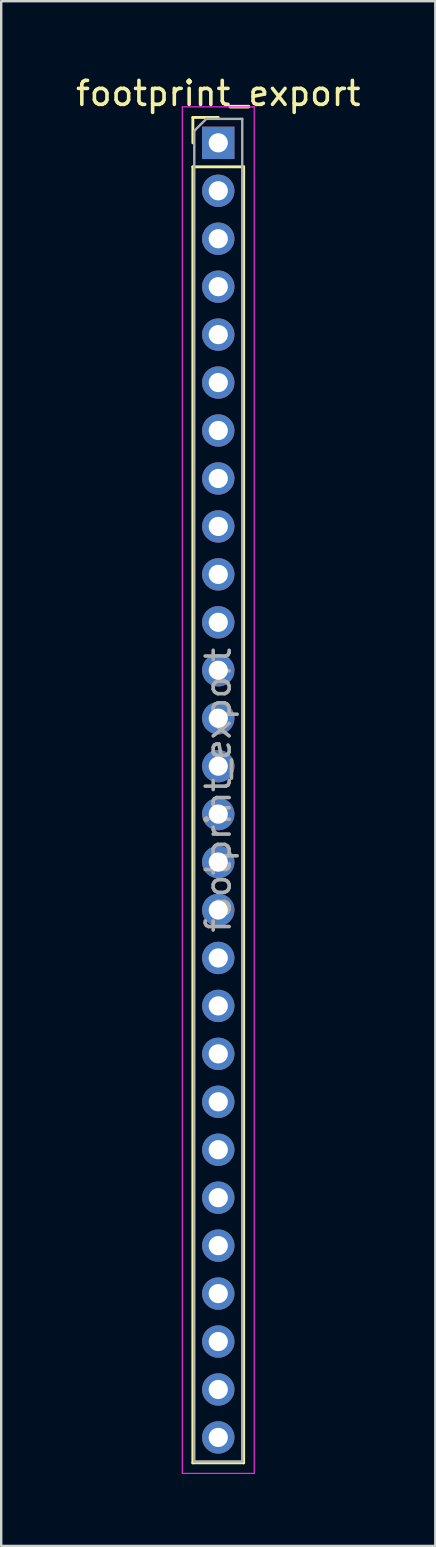
<source format=kicad_pcb>
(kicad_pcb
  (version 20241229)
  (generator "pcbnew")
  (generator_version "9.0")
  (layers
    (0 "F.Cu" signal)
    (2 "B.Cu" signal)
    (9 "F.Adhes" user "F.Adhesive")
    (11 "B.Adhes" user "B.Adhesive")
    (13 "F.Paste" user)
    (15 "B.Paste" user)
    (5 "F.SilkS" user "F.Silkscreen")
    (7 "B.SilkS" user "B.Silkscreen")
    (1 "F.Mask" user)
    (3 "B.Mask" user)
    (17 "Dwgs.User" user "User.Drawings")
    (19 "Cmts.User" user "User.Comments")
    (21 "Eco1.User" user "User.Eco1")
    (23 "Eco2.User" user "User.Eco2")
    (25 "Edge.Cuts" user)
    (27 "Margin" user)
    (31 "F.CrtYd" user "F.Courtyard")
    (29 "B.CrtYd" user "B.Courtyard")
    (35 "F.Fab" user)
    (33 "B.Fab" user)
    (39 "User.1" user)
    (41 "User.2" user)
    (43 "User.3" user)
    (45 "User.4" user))
  (footprint "footprint_export"
    (layer "F.Cu")
    (at 6.054 2.908)
    (property "Reference" "footprint_export" (at 0 -2.06 0) (layer "F.SilkS") (effects (font (size 1 1) (thickness 0.15))))
    (attr through_hole)
    (fp_line (start -1.06 -1.06) (end 0 -1.06) (stroke (width 0.12) (type solid)) (layer "F.SilkS"))
    (fp_line (start -1.06 0) (end -1.06 -1.06) (stroke (width 0.12) (type solid)) (layer "F.SilkS"))
    (fp_line (start -1.06 1) (end -1.06 55.06) (stroke (width 0.12) (type solid)) (layer "F.SilkS"))
    (fp_line (start -1.06 1) (end 1.06 1) (stroke (width 0.12) (type solid)) (layer "F.SilkS"))
    (fp_line (start -1.06 55.06) (end 1.06 55.06) (stroke (width 0.12) (type solid)) (layer "F.SilkS"))
    (fp_line (start 1.06 1) (end 1.06 55.06) (stroke (width 0.12) (type solid)) (layer "F.SilkS"))
    (fp_line (start -1.5 -1.5) (end -1.5 55.5) (stroke (width 0.05) (type solid)) (layer "F.CrtYd"))
    (fp_line (start -1.5 55.5) (end 1.5 55.5) (stroke (width 0.05) (type solid)) (layer "F.CrtYd"))
    (fp_line (start 1.5 -1.5) (end -1.5 -1.5) (stroke (width 0.05) (type solid)) (layer "F.CrtYd"))
    (fp_line (start 1.5 55.5) (end 1.5 -1.5) (stroke (width 0.05) (type solid)) (layer "F.CrtYd"))
    (fp_line (start -1 -0.5) (end -0.5 -1) (stroke (width 0.1) (type solid)) (layer "F.Fab"))
    (fp_line (start -1 55) (end -1 -0.5) (stroke (width 0.1) (type solid)) (layer "F.Fab"))
    (fp_line (start -0.5 -1) (end 1 -1) (stroke (width 0.1) (type solid)) (layer "F.Fab"))
    (fp_line (start 1 -1) (end 1 55) (stroke (width 0.1) (type solid)) (layer "F.Fab"))
    (fp_line (start 1 55) (end -1 55) (stroke (width 0.1) (type solid)) (layer "F.Fab"))
    (fp_text user "${REFERENCE}" (at 0 27 90) (layer "F.Fab") (effects (font (size 1 1) (thickness 0.15))))
    (pad "1" thru_hole rect (at 0 0) (size 1.35 1.35) (drill 0.8) (layers "*.Cu" "*.Mask"))
    (pad "2" thru_hole oval (at 0 2) (size 1.35 1.35) (drill 0.8) (layers "*.Cu" "*.Mask"))
    (pad "3" thru_hole oval (at 0 4) (size 1.35 1.35) (drill 0.8) (layers "*.Cu" "*.Mask"))
    (pad "4" thru_hole oval (at 0 6) (size 1.35 1.35) (drill 0.8) (layers "*.Cu" "*.Mask"))
    (pad "5" thru_hole oval (at 0 8) (size 1.35 1.35) (drill 0.8) (layers "*.Cu" "*.Mask"))
    (pad "6" thru_hole oval (at 0 10) (size 1.35 1.35) (drill 0.8) (layers "*.Cu" "*.Mask"))
    (pad "7" thru_hole oval (at 0 12) (size 1.35 1.35) (drill 0.8) (layers "*.Cu" "*.Mask"))
    (pad "8" thru_hole oval (at 0 14) (size 1.35 1.35) (drill 0.8) (layers "*.Cu" "*.Mask"))
    (pad "9" thru_hole oval (at 0 16) (size 1.35 1.35) (drill 0.8) (layers "*.Cu" "*.Mask"))
    (pad "10" thru_hole oval (at 0 18) (size 1.35 1.35) (drill 0.8) (layers "*.Cu" "*.Mask"))
    (pad "11" thru_hole oval (at 0 20) (size 1.35 1.35) (drill 0.8) (layers "*.Cu" "*.Mask"))
    (pad "12" thru_hole oval (at 0 22) (size 1.35 1.35) (drill 0.8) (layers "*.Cu" "*.Mask"))
    (pad "13" thru_hole oval (at 0 24) (size 1.35 1.35) (drill 0.8) (layers "*.Cu" "*.Mask"))
    (pad "14" thru_hole oval (at 0 26) (size 1.35 1.35) (drill 0.8) (layers "*.Cu" "*.Mask"))
    (pad "15" thru_hole oval (at 0 28) (size 1.35 1.35) (drill 0.8) (layers "*.Cu" "*.Mask"))
    (pad "16" thru_hole oval (at 0 30) (size 1.35 1.35) (drill 0.8) (layers "*.Cu" "*.Mask"))
    (pad "17" thru_hole oval (at 0 32) (size 1.35 1.35) (drill 0.8) (layers "*.Cu" "*.Mask"))
    (pad "18" thru_hole oval (at 0 34) (size 1.35 1.35) (drill 0.8) (layers "*.Cu" "*.Mask"))
    (pad "19" thru_hole oval (at 0 36) (size 1.35 1.35) (drill 0.8) (layers "*.Cu" "*.Mask"))
    (pad "20" thru_hole oval (at 0 38) (size 1.35 1.35) (drill 0.8) (layers "*.Cu" "*.Mask"))
    (pad "21" thru_hole oval (at 0 40) (size 1.35 1.35) (drill 0.8) (layers "*.Cu" "*.Mask"))
    (pad "22" thru_hole oval (at 0 42) (size 1.35 1.35) (drill 0.8) (layers "*.Cu" "*.Mask"))
    (pad "23" thru_hole oval (at 0 44) (size 1.35 1.35) (drill 0.8) (layers "*.Cu" "*.Mask"))
    (pad "24" thru_hole oval (at 0 46) (size 1.35 1.35) (drill 0.8) (layers "*.Cu" "*.Mask"))
    (pad "25" thru_hole oval (at 0 48) (size 1.35 1.35) (drill 0.8) (layers "*.Cu" "*.Mask"))
    (pad "26" thru_hole oval (at 0 50) (size 1.35 1.35) (drill 0.8) (layers "*.Cu" "*.Mask"))
    (pad "27" thru_hole oval (at 0 52) (size 1.35 1.35) (drill 0.8) (layers "*.Cu" "*.Mask"))
    (pad "28" thru_hole oval (at 0 54) (size 1.35 1.35) (drill 0.8) (layers "*.Cu" "*.Mask")))
  (gr_rect
    (start -3 -3)
    (end 15.107 61.433)
    (stroke (width 0.1) (type default))
    (fill no)
    (layer "Edge.Cuts")))
</source>
